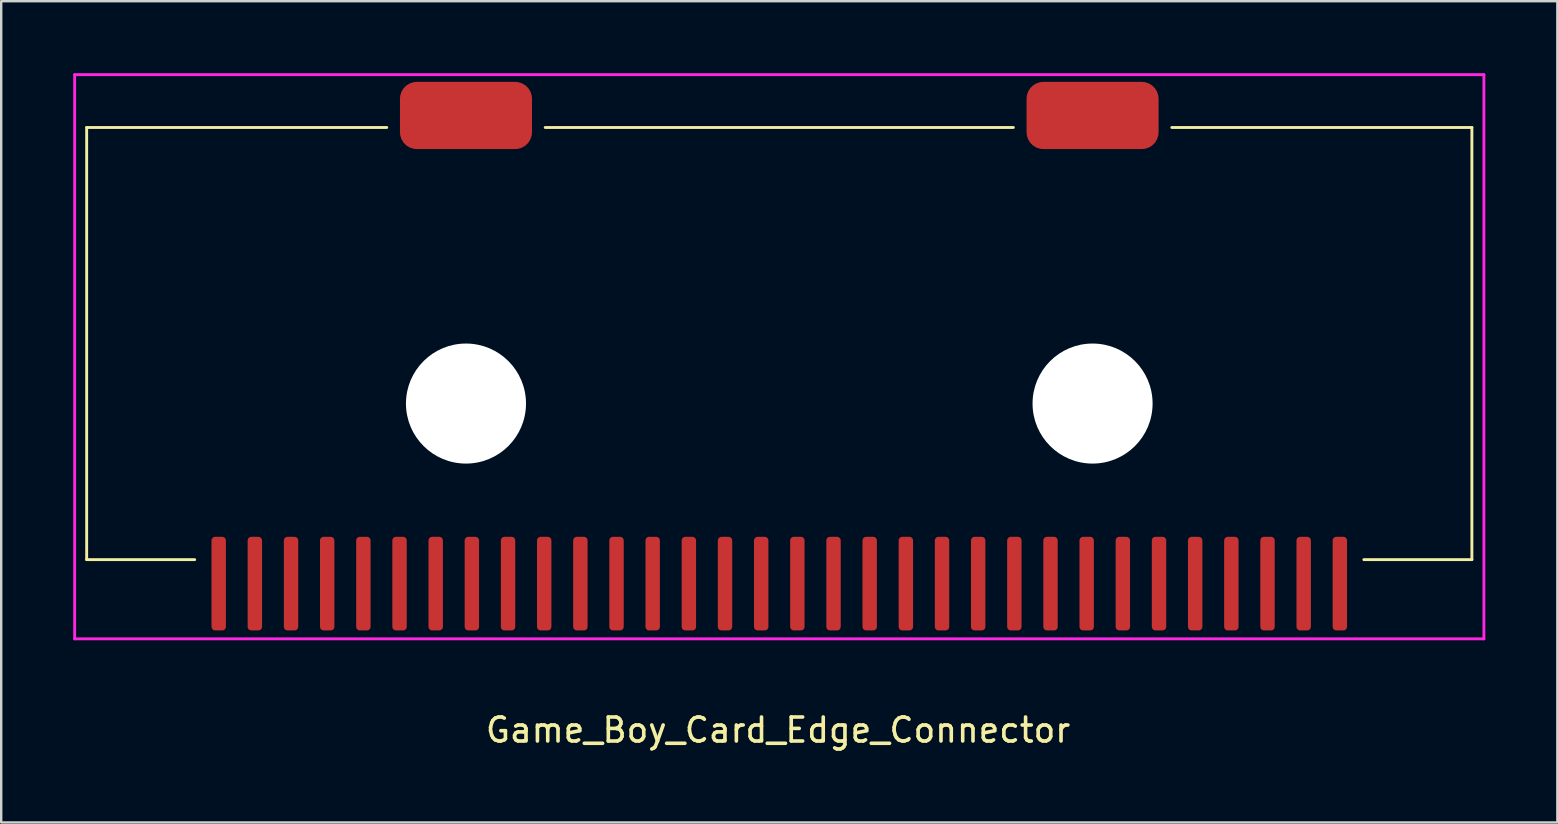
<source format=kicad_pcb>
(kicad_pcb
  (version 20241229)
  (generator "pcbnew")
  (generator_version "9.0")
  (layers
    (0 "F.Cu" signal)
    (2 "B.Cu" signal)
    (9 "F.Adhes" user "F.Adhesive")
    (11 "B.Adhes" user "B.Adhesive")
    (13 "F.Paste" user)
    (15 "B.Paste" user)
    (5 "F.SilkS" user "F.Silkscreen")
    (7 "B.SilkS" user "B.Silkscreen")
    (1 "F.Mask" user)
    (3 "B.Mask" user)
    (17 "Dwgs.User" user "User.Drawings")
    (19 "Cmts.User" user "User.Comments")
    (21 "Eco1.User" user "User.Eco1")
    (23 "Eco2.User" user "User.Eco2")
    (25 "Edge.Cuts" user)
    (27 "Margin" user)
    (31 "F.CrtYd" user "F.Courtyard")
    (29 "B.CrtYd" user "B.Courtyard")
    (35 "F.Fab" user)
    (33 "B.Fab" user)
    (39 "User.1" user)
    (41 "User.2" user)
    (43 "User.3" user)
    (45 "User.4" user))
  (footprint "Game_Boy_Card_Edge_Connector"
    (layer "F.Cu")
    (at 6.06 21.26)
    (property "Reference" "Game_Boy_Card_Edge_Connector" (at 23.3 6.1 0) (layer "F.SilkS") (effects (font (size 1 1) (thickness 0.15))))
    (attr through_hole)
    (fp_line (start -5.5 -19) (end -5.5 -1) (stroke (width 0.12) (type solid)) (layer "F.SilkS"))
    (fp_line (start -5.5 -19) (end 7 -19) (stroke (width 0.12) (type solid)) (layer "F.SilkS"))
    (fp_line (start -5.5 -1) (end -1 -1) (stroke (width 0.12) (type solid)) (layer "F.SilkS"))
    (fp_line (start 13.6 -19) (end 33.1 -19) (stroke (width 0.12) (type solid)) (layer "F.SilkS"))
    (fp_line (start 39.7 -19) (end 52.2 -19) (stroke (width 0.12) (type solid)) (layer "F.SilkS"))
    (fp_line (start 47.7 -1) (end 52.2 -1) (stroke (width 0.12) (type solid)) (layer "F.SilkS"))
    (fp_line (start 52.2 -19) (end 52.2 -1) (stroke (width 0.12) (type solid)) (layer "F.SilkS"))
    (fp_line (start -6 -21.2) (end -6 2.3) (stroke (width 0.12) (type solid)) (layer "F.CrtYd"))
    (fp_line (start -6 2.3) (end 52.7 2.3) (stroke (width 0.12) (type solid)) (layer "F.CrtYd"))
    (fp_line (start 52.7 -21.2) (end -6 -21.2) (stroke (width 0.12) (type solid)) (layer "F.CrtYd"))
    (fp_line (start 52.7 2.3) (end 52.7 -21.2) (stroke (width 0.12) (type solid)) (layer "F.CrtYd"))
    (pad "" smd roundrect (at 10.3 -19.5) (size 5.5 2.8) (layers "F.Cu" "F.Mask" "F.Paste") (roundrect_rratio 0.25))
    (pad "" np_thru_hole circle (at 10.3 -7.5) (size 5 5) (drill 5) (layers "*.Cu" "*.Mask"))
    (pad "" smd roundrect (at 36.4 -19.5) (size 5.5 2.8) (layers "F.Cu" "F.Mask" "F.Paste") (roundrect_rratio 0.25))
    (pad "" np_thru_hole circle (at 36.4 -7.5) (size 5 5) (drill 5) (layers "*.Cu" "*.Mask"))
    (pad "1" smd roundrect (at 0 0) (size 0.6 3.9) (layers "F.Cu" "F.Mask" "F.Paste") (roundrect_rratio 0.25))
    (pad "2" smd roundrect (at 1.506 0) (size 0.6 3.9) (layers "F.Cu" "F.Mask" "F.Paste") (roundrect_rratio 0.25))
    (pad "3" smd roundrect (at 3.013 0) (size 0.6 3.9) (layers "F.Cu" "F.Mask" "F.Paste") (roundrect_rratio 0.25))
    (pad "4" smd roundrect (at 4.519 0) (size 0.6 3.9) (layers "F.Cu" "F.Mask" "F.Paste") (roundrect_rratio 0.25))
    (pad "5" smd roundrect (at 6.026 0) (size 0.6 3.9) (layers "F.Cu" "F.Mask" "F.Paste") (roundrect_rratio 0.25))
    (pad "6" smd roundrect (at 7.532 0) (size 0.6 3.9) (layers "F.Cu" "F.Mask" "F.Paste") (roundrect_rratio 0.25))
    (pad "7" smd roundrect (at 9.039 0) (size 0.6 3.9) (layers "F.Cu" "F.Mask" "F.Paste") (roundrect_rratio 0.25))
    (pad "8" smd roundrect (at 10.545 0) (size 0.6 3.9) (layers "F.Cu" "F.Mask" "F.Paste") (roundrect_rratio 0.25))
    (pad "9" smd roundrect (at 12.052 0) (size 0.6 3.9) (layers "F.Cu" "F.Mask" "F.Paste") (roundrect_rratio 0.25))
    (pad "10" smd roundrect (at 13.558 0) (size 0.6 3.9) (layers "F.Cu" "F.Mask" "F.Paste") (roundrect_rratio 0.25))
    (pad "11" smd roundrect (at 15.065 0) (size 0.6 3.9) (layers "F.Cu" "F.Mask" "F.Paste") (roundrect_rratio 0.25))
    (pad "12" smd roundrect (at 16.571 0) (size 0.6 3.9) (layers "F.Cu" "F.Mask" "F.Paste") (roundrect_rratio 0.25))
    (pad "13" smd roundrect (at 18.077 0) (size 0.6 3.9) (layers "F.Cu" "F.Mask" "F.Paste") (roundrect_rratio 0.25))
    (pad "14" smd roundrect (at 19.584 0) (size 0.6 3.9) (layers "F.Cu" "F.Mask" "F.Paste") (roundrect_rratio 0.25))
    (pad "15" smd roundrect (at 21.09 0) (size 0.6 3.9) (layers "F.Cu" "F.Mask" "F.Paste") (roundrect_rratio 0.25))
    (pad "16" smd roundrect (at 22.597 0) (size 0.6 3.9) (layers "F.Cu" "F.Mask" "F.Paste") (roundrect_rratio 0.25))
    (pad "17" smd roundrect (at 24.103 0) (size 0.6 3.9) (layers "F.Cu" "F.Mask" "F.Paste") (roundrect_rratio 0.25))
    (pad "18" smd roundrect (at 25.61 0) (size 0.6 3.9) (layers "F.Cu" "F.Mask" "F.Paste") (roundrect_rratio 0.25))
    (pad "19" smd roundrect (at 27.116 0) (size 0.6 3.9) (layers "F.Cu" "F.Mask" "F.Paste") (roundrect_rratio 0.25))
    (pad "20" smd roundrect (at 28.623 0) (size 0.6 3.9) (layers "F.Cu" "F.Mask" "F.Paste") (roundrect_rratio 0.25))
    (pad "21" smd roundrect (at 30.129 0) (size 0.6 3.9) (layers "F.Cu" "F.Mask" "F.Paste") (roundrect_rratio 0.25))
    (pad "22" smd roundrect (at 31.635 0) (size 0.6 3.9) (layers "F.Cu" "F.Mask" "F.Paste") (roundrect_rratio 0.25))
    (pad "23" smd roundrect (at 33.142 0) (size 0.6 3.9) (layers "F.Cu" "F.Mask" "F.Paste") (roundrect_rratio 0.25))
    (pad "24" smd roundrect (at 34.648 0) (size 0.6 3.9) (layers "F.Cu" "F.Mask" "F.Paste") (roundrect_rratio 0.25))
    (pad "25" smd roundrect (at 36.155 0) (size 0.6 3.9) (layers "F.Cu" "F.Mask" "F.Paste") (roundrect_rratio 0.25))
    (pad "26" smd roundrect (at 37.661 0) (size 0.6 3.9) (layers "F.Cu" "F.Mask" "F.Paste") (roundrect_rratio 0.25))
    (pad "27" smd roundrect (at 39.168 0) (size 0.6 3.9) (layers "F.Cu" "F.Mask" "F.Paste") (roundrect_rratio 0.25))
    (pad "28" smd roundrect (at 40.674 0) (size 0.6 3.9) (layers "F.Cu" "F.Mask" "F.Paste") (roundrect_rratio 0.25))
    (pad "29" smd roundrect (at 42.181 0) (size 0.6 3.9) (layers "F.Cu" "F.Mask" "F.Paste") (roundrect_rratio 0.25))
    (pad "30" smd roundrect (at 43.687 0) (size 0.6 3.9) (layers "F.Cu" "F.Mask" "F.Paste") (roundrect_rratio 0.25))
    (pad "31" smd roundrect (at 45.194 0) (size 0.6 3.9) (layers "F.Cu" "F.Mask" "F.Paste") (roundrect_rratio 0.25))
    (pad "32" smd roundrect (at 46.7 0) (size 0.6 3.9) (layers "F.Cu" "F.Mask" "F.Paste") (roundrect_rratio 0.25)))
  (gr_rect
    (start -3 -3)
    (end 61.82 31.208)
    (stroke (width 0.1) (type default))
    (fill no)
    (layer "Edge.Cuts")))
</source>
